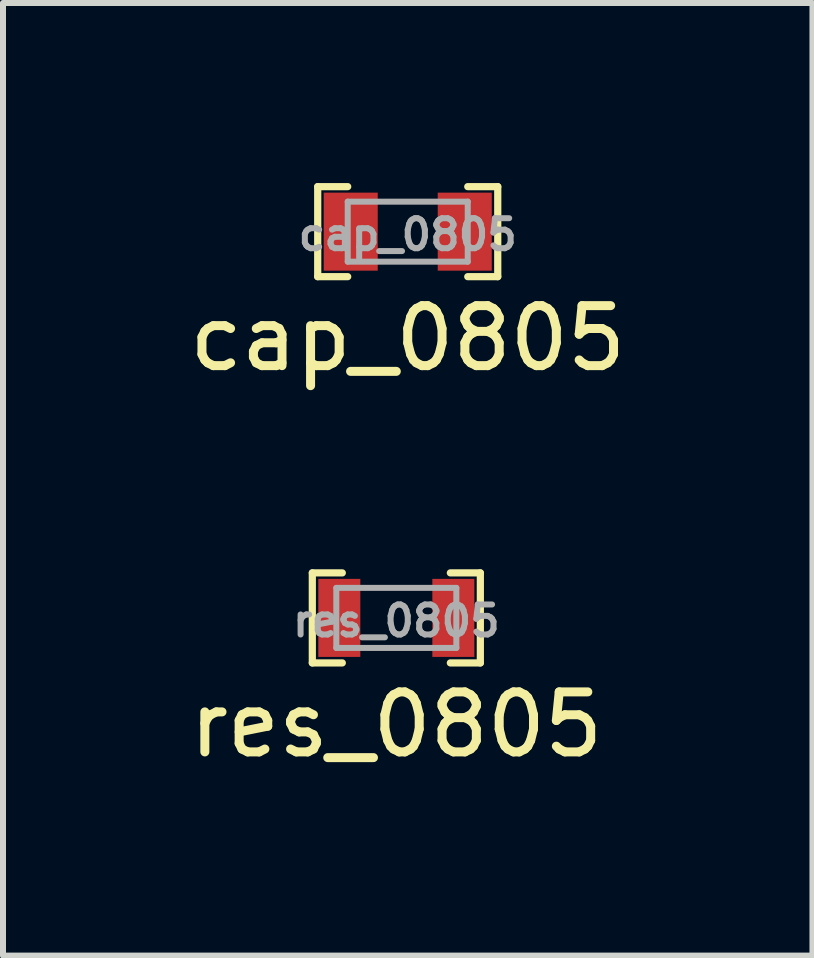
<source format=kicad_pcb>
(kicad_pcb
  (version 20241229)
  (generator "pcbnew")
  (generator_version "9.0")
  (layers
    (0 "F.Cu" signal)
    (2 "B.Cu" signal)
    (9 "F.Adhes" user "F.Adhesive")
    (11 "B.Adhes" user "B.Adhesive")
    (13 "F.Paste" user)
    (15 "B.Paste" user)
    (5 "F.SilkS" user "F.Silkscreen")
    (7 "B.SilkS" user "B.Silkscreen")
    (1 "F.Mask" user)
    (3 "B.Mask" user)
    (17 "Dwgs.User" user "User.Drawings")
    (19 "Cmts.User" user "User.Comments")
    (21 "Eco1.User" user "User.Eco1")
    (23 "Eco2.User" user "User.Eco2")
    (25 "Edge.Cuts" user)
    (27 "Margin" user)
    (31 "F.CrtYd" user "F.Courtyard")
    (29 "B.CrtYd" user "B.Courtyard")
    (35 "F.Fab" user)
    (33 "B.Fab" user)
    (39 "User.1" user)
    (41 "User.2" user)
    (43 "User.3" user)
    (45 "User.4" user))
  (footprint "res_0805"
    (layer "F.Cu")
    (at 3.554 7.246)
    (property "Reference" "res_0805" (at 0 1.778 0) (layer "F.SilkS") (effects (font (size 1 1) (thickness 0.15))))
    (attr smd)
    (fp_line (start -1.4 -0.75) (end -1.4 0.75) (stroke (width 0.12) (type solid)) (layer "F.SilkS"))
    (fp_line (start -1.4 0.75) (end -0.9 0.75) (stroke (width 0.12) (type solid)) (layer "F.SilkS"))
    (fp_line (start -0.9 -0.75) (end -1.4 -0.75) (stroke (width 0.12) (type solid)) (layer "F.SilkS"))
    (fp_line (start 0.9 0.75) (end 1.4 0.75) (stroke (width 0.12) (type solid)) (layer "F.SilkS"))
    (fp_line (start 1.4 -0.75) (end 0.9 -0.75) (stroke (width 0.12) (type solid)) (layer "F.SilkS"))
    (fp_line (start 1.4 0.75) (end 1.4 -0.75) (stroke (width 0.12) (type solid)) (layer "F.SilkS"))
    (fp_line (start -1 -0.5) (end -1 0.5) (stroke (width 0.1) (type solid)) (layer "F.Fab"))
    (fp_line (start -1 0.5) (end 1 0.5) (stroke (width 0.1) (type solid)) (layer "F.Fab"))
    (fp_line (start 1 -0.5) (end -1 -0.5) (stroke (width 0.1) (type solid)) (layer "F.Fab"))
    (fp_line (start 1 0.5) (end 1 -0.5) (stroke (width 0.1) (type solid)) (layer "F.Fab"))
    (fp_text user "${REFERENCE}" (at 0 0.05 0) (layer "F.Fab") (effects (font (size 0.5 0.5) (thickness 0.1))))
    (pad "1" smd rect (at -0.95 0) (size 0.7 1.3) (layers "F.Cu" "F.Mask" "F.Paste"))
    (pad "2" smd rect (at 0.95 0) (size 0.7 1.3) (layers "F.Cu" "F.Mask" "F.Paste")))
  (footprint "cap_0805"
    (layer "F.Cu")
    (at 3.744 0.81)
    (property "Reference" "cap_0805" (at 0 1.778 0) (layer "F.SilkS") (effects (font (size 1 1) (thickness 0.15))))
    (attr smd)
    (fp_line (start -1.5 -0.75) (end -1.5 0.75) (stroke (width 0.12) (type solid)) (layer "F.SilkS"))
    (fp_line (start -1.5 0.75) (end -1 0.75) (stroke (width 0.12) (type solid)) (layer "F.SilkS"))
    (fp_line (start -1 -0.75) (end -1.5 -0.75) (stroke (width 0.12) (type solid)) (layer "F.SilkS"))
    (fp_line (start 1 0.75) (end 1.5 0.75) (stroke (width 0.12) (type solid)) (layer "F.SilkS"))
    (fp_line (start 1.5 -0.75) (end 1 -0.75) (stroke (width 0.12) (type solid)) (layer "F.SilkS"))
    (fp_line (start 1.5 0.75) (end 1.5 -0.75) (stroke (width 0.12) (type solid)) (layer "F.SilkS"))
    (fp_line (start -1 -0.5) (end -1 0.5) (stroke (width 0.1) (type solid)) (layer "F.Fab"))
    (fp_line (start -1 0.5) (end 1 0.5) (stroke (width 0.1) (type solid)) (layer "F.Fab"))
    (fp_line (start 1 -0.5) (end -1 -0.5) (stroke (width 0.1) (type solid)) (layer "F.Fab"))
    (fp_line (start 1 0.5) (end 1 -0.5) (stroke (width 0.1) (type solid)) (layer "F.Fab"))
    (fp_text user "${REFERENCE}" (at 0 0.05 0) (layer "F.Fab") (effects (font (size 0.5 0.5) (thickness 0.1))))
    (pad "1" smd rect (at -0.95 0) (size 0.9 1.3) (layers "F.Cu" "F.Mask" "F.Paste"))
    (pad "2" smd rect (at 0.95 0) (size 0.9 1.3) (layers "F.Cu" "F.Mask" "F.Paste")))
  (gr_rect
    (start -3 -3)
    (end 10.488 12.873)
    (stroke (width 0.1) (type default))
    (fill no)
    (layer "Edge.Cuts")))
</source>
